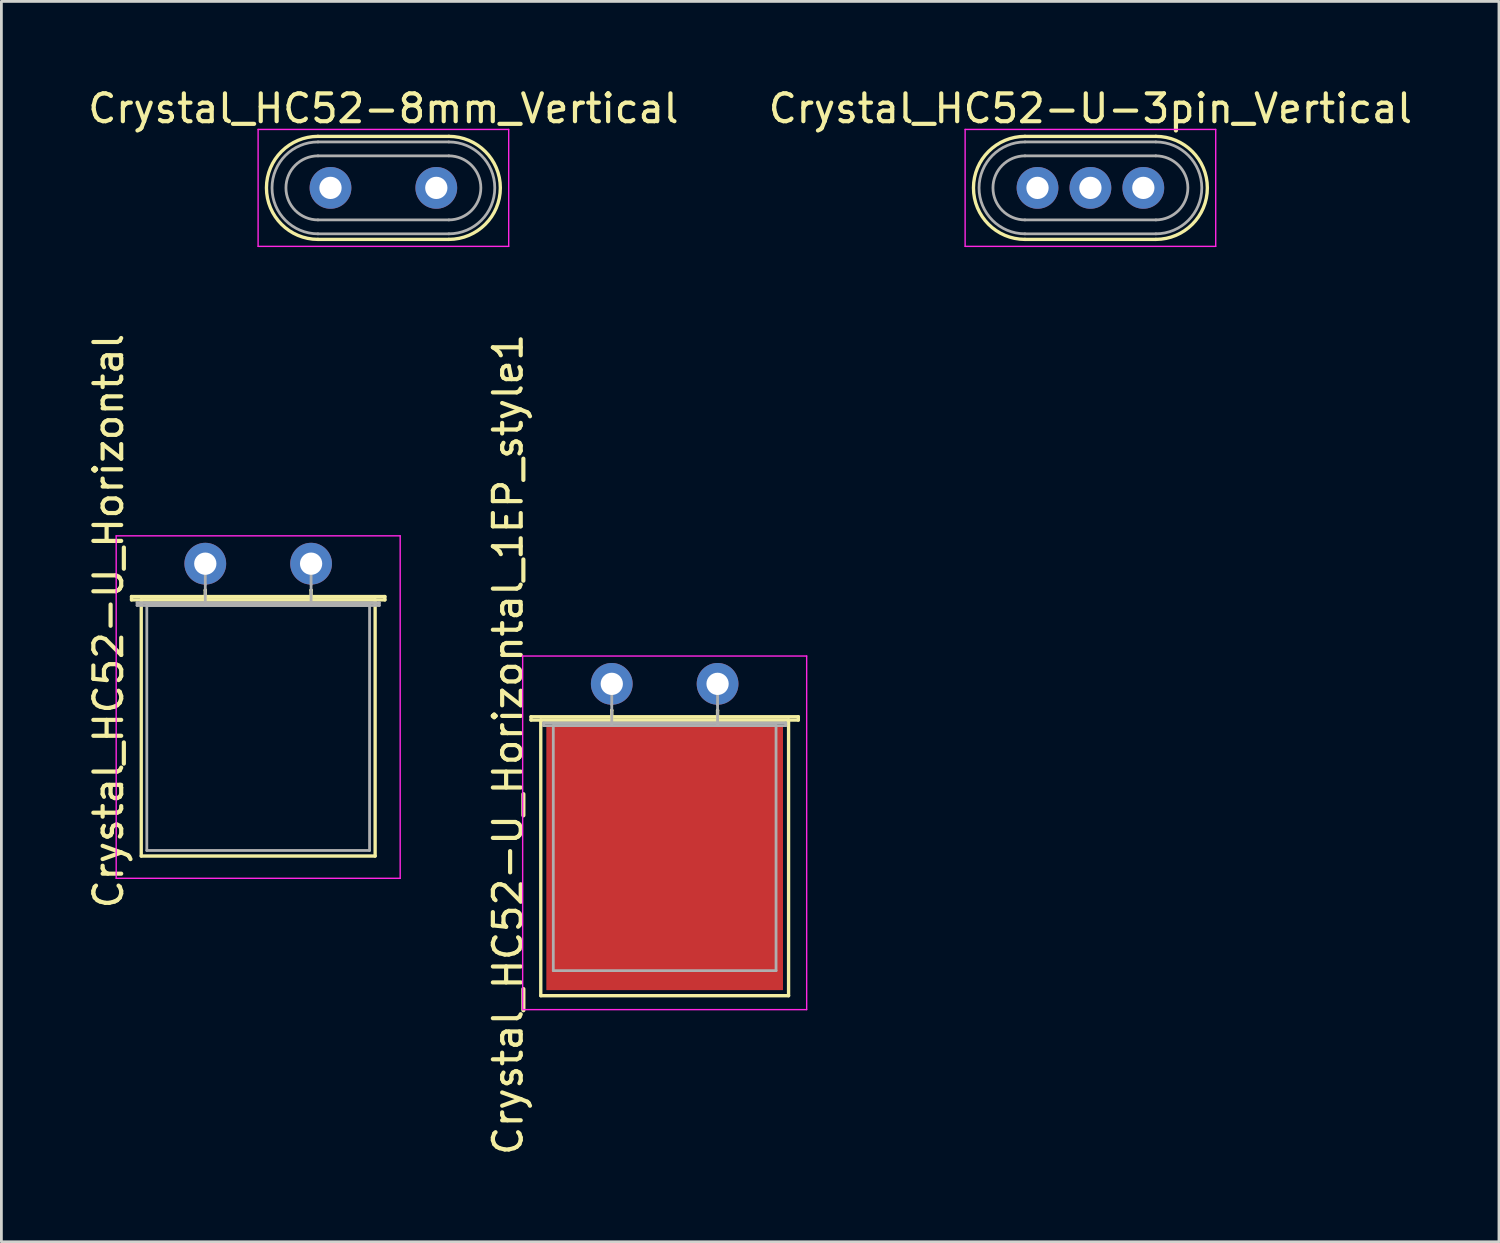
<source format=kicad_pcb>
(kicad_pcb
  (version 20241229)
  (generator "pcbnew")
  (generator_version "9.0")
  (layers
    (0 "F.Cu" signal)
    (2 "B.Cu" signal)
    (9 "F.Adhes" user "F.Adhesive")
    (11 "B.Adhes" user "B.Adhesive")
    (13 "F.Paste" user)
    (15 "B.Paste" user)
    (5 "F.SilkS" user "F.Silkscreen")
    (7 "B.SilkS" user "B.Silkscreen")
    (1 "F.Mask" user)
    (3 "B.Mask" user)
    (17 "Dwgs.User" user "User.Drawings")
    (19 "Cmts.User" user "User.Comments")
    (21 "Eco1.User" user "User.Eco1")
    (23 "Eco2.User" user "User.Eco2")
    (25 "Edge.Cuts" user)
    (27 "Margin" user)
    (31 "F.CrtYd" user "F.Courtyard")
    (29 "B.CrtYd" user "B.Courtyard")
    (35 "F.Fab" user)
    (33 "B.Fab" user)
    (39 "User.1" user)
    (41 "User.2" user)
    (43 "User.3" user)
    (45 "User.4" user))
  (footprint "Crystal_HC52-U_Horizontal_1EP_style1"
    (layer "F.Cu")
    (at 18.922 21.511)
    (property "Reference" "Crystal_HC52-U_Horizontal_1EP_style1" (at -3.725 2.175 90) (layer "F.SilkS") (effects (font (size 1 1) (thickness 0.15))))
    (attr through_hole)
    (fp_line (start -2.9 1.18) (end 6.7 1.18) (stroke (width 0.12) (type solid)) (layer "F.SilkS"))
    (fp_line (start -2.9 1.3) (end -2.9 1.18) (stroke (width 0.12) (type solid)) (layer "F.SilkS"))
    (fp_line (start -2.55 1.3) (end -2.55 11.2) (stroke (width 0.12) (type solid)) (layer "F.SilkS"))
    (fp_line (start -2.55 11.2) (end 6.35 11.2) (stroke (width 0.12) (type solid)) (layer "F.SilkS"))
    (fp_line (start 0 0.95) (end 0 0.95) (stroke (width 0.12) (type solid)) (layer "F.SilkS"))
    (fp_line (start 0 1.3) (end 0 0.95) (stroke (width 0.12) (type solid)) (layer "F.SilkS"))
    (fp_line (start 3.8 0.95) (end 3.8 0.95) (stroke (width 0.12) (type solid)) (layer "F.SilkS"))
    (fp_line (start 3.8 1.3) (end 3.8 0.95) (stroke (width 0.12) (type solid)) (layer "F.SilkS"))
    (fp_line (start 6.35 1.3) (end -2.55 1.3) (stroke (width 0.12) (type solid)) (layer "F.SilkS"))
    (fp_line (start 6.35 11.2) (end 6.35 1.3) (stroke (width 0.12) (type solid)) (layer "F.SilkS"))
    (fp_line (start 6.7 1.18) (end 6.7 1.3) (stroke (width 0.12) (type solid)) (layer "F.SilkS"))
    (fp_line (start 6.7 1.3) (end -2.9 1.3) (stroke (width 0.12) (type solid)) (layer "F.SilkS"))
    (fp_line (start -3.2 -1) (end -3.2 11.7) (stroke (width 0.05) (type solid)) (layer "F.CrtYd"))
    (fp_line (start -3.2 11.7) (end 7 11.7) (stroke (width 0.05) (type solid)) (layer "F.CrtYd"))
    (fp_line (start 7 -1) (end -3.2 -1) (stroke (width 0.05) (type solid)) (layer "F.CrtYd"))
    (fp_line (start 7 11.7) (end 7 -1) (stroke (width 0.05) (type solid)) (layer "F.CrtYd"))
    (fp_line (start -2.45 1.4) (end 6.25 1.4) (stroke (width 0.1) (type solid)) (layer "F.Fab"))
    (fp_line (start -2.45 1.5) (end -2.45 1.4) (stroke (width 0.1) (type solid)) (layer "F.Fab"))
    (fp_line (start -2.1 1.5) (end -2.1 10.3) (stroke (width 0.1) (type solid)) (layer "F.Fab"))
    (fp_line (start -2.1 10.3) (end 5.9 10.3) (stroke (width 0.1) (type solid)) (layer "F.Fab"))
    (fp_line (start 0 0.75) (end 0 0) (stroke (width 0.1) (type solid)) (layer "F.Fab"))
    (fp_line (start 0 1.5) (end 0 0.75) (stroke (width 0.1) (type solid)) (layer "F.Fab"))
    (fp_line (start 3.8 0.75) (end 3.8 0) (stroke (width 0.1) (type solid)) (layer "F.Fab"))
    (fp_line (start 3.8 1.5) (end 3.8 0.75) (stroke (width 0.1) (type solid)) (layer "F.Fab"))
    (fp_line (start 5.9 1.5) (end -2.1 1.5) (stroke (width 0.1) (type solid)) (layer "F.Fab"))
    (fp_line (start 5.9 10.3) (end 5.9 1.5) (stroke (width 0.1) (type solid)) (layer "F.Fab"))
    (fp_line (start 6.25 1.4) (end 6.25 1.5) (stroke (width 0.1) (type solid)) (layer "F.Fab"))
    (fp_line (start 6.25 1.5) (end -2.45 1.5) (stroke (width 0.1) (type solid)) (layer "F.Fab"))
    (pad "1" thru_hole circle (at 0 0) (size 1.5 1.5) (drill 0.8) (layers "*.Cu" "*.Mask"))
    (pad "2" thru_hole circle (at 3.8 0) (size 1.5 1.5) (drill 0.8) (layers "*.Cu" "*.Mask"))
    (pad "3" smd rect (at 1.9 6.25) (size 8.5 9.5) (layers "F.Cu" "F.Mask")))
  (footprint "Crystal_HC52-U-3pin_Vertical"
    (layer "F.Cu")
    (at 34.213 3.698)
    (property "Reference" "Crystal_HC52-U-3pin_Vertical" (at 1.9 -2.85 0) (layer "F.SilkS") (effects (font (size 1 1) (thickness 0.15))))
    (attr through_hole)
    (fp_line (start -0.45 -1.85) (end 4.25 -1.85) (stroke (width 0.12) (type solid)) (layer "F.SilkS"))
    (fp_line (start -0.45 1.85) (end 4.25 1.85) (stroke (width 0.12) (type solid)) (layer "F.SilkS"))
    (fp_arc (start -0.45 1.85) (mid -2.3 0) (end -0.45 -1.85) (stroke (width 0.12) (type solid)) (layer "F.SilkS"))
    (fp_arc (start 4.25 -1.85) (mid 6.1 0) (end 4.25 1.85) (stroke (width 0.12) (type solid)) (layer "F.SilkS"))
    (fp_line (start -2.6 -2.1) (end -2.6 2.1) (stroke (width 0.05) (type solid)) (layer "F.CrtYd"))
    (fp_line (start -2.6 2.1) (end 6.4 2.1) (stroke (width 0.05) (type solid)) (layer "F.CrtYd"))
    (fp_line (start 6.4 -2.1) (end -2.6 -2.1) (stroke (width 0.05) (type solid)) (layer "F.CrtYd"))
    (fp_line (start 6.4 2.1) (end 6.4 -2.1) (stroke (width 0.05) (type solid)) (layer "F.CrtYd"))
    (fp_line (start -0.45 -1.65) (end 4.25 -1.65) (stroke (width 0.1) (type solid)) (layer "F.Fab"))
    (fp_line (start -0.45 -1.15) (end 4.25 -1.15) (stroke (width 0.1) (type solid)) (layer "F.Fab"))
    (fp_line (start -0.45 1.15) (end 4.25 1.15) (stroke (width 0.1) (type solid)) (layer "F.Fab"))
    (fp_line (start -0.45 1.65) (end 4.25 1.65) (stroke (width 0.1) (type solid)) (layer "F.Fab"))
    (fp_arc (start -0.45 1.15) (mid -1.6 0) (end -0.45 -1.15) (stroke (width 0.1) (type solid)) (layer "F.Fab"))
    (fp_arc (start -0.45 1.65) (mid -2.1 0) (end -0.45 -1.65) (stroke (width 0.1) (type solid)) (layer "F.Fab"))
    (fp_arc (start 4.25 -1.65) (mid 5.9 0) (end 4.25 1.65) (stroke (width 0.1) (type solid)) (layer "F.Fab"))
    (fp_arc (start 4.25 -1.15) (mid 5.4 0) (end 4.25 1.15) (stroke (width 0.1) (type solid)) (layer "F.Fab"))
    (pad "1" thru_hole circle (at 0 0) (size 1.5 1.5) (drill 0.8) (layers "*.Cu" "*.Mask"))
    (pad "2" thru_hole circle (at 1.9 0) (size 1.5 1.5) (drill 0.8) (layers "*.Cu" "*.Mask"))
    (pad "3" thru_hole circle (at 3.8 0) (size 1.5 1.5) (drill 0.8) (layers "*.Cu" "*.Mask")))
  (footprint "Crystal_HC52-U_Horizontal"
    (layer "F.Cu")
    (at 4.323 17.195)
    (property "Reference" "Crystal_HC52-U_Horizontal" (at -3.475 2.062 90) (layer "F.SilkS") (effects (font (size 1 1) (thickness 0.15))))
    (attr through_hole)
    (fp_line (start -2.65 1.18) (end 6.45 1.18) (stroke (width 0.12) (type solid)) (layer "F.SilkS"))
    (fp_line (start -2.65 1.3) (end -2.65 1.18) (stroke (width 0.12) (type solid)) (layer "F.SilkS"))
    (fp_line (start -2.3 1.3) (end -2.3 10.5) (stroke (width 0.12) (type solid)) (layer "F.SilkS"))
    (fp_line (start -2.3 10.5) (end 6.1 10.5) (stroke (width 0.12) (type solid)) (layer "F.SilkS"))
    (fp_line (start 0 0.95) (end 0 0.95) (stroke (width 0.12) (type solid)) (layer "F.SilkS"))
    (fp_line (start 0 1.3) (end 0 0.95) (stroke (width 0.12) (type solid)) (layer "F.SilkS"))
    (fp_line (start 3.8 0.95) (end 3.8 0.95) (stroke (width 0.12) (type solid)) (layer "F.SilkS"))
    (fp_line (start 3.8 1.3) (end 3.8 0.95) (stroke (width 0.12) (type solid)) (layer "F.SilkS"))
    (fp_line (start 6.1 1.3) (end -2.3 1.3) (stroke (width 0.12) (type solid)) (layer "F.SilkS"))
    (fp_line (start 6.1 10.5) (end 6.1 1.3) (stroke (width 0.12) (type solid)) (layer "F.SilkS"))
    (fp_line (start 6.45 1.18) (end 6.45 1.3) (stroke (width 0.12) (type solid)) (layer "F.SilkS"))
    (fp_line (start 6.45 1.3) (end -2.65 1.3) (stroke (width 0.12) (type solid)) (layer "F.SilkS"))
    (fp_line (start -3.2 -1) (end -3.2 11.3) (stroke (width 0.05) (type solid)) (layer "F.CrtYd"))
    (fp_line (start -3.2 11.3) (end 7 11.3) (stroke (width 0.05) (type solid)) (layer "F.CrtYd"))
    (fp_line (start 7 -1) (end -3.2 -1) (stroke (width 0.05) (type solid)) (layer "F.CrtYd"))
    (fp_line (start 7 11.3) (end 7 -1) (stroke (width 0.05) (type solid)) (layer "F.CrtYd"))
    (fp_line (start -2.45 1.4) (end 6.25 1.4) (stroke (width 0.1) (type solid)) (layer "F.Fab"))
    (fp_line (start -2.45 1.5) (end -2.45 1.4) (stroke (width 0.1) (type solid)) (layer "F.Fab"))
    (fp_line (start -2.1 1.5) (end -2.1 10.3) (stroke (width 0.1) (type solid)) (layer "F.Fab"))
    (fp_line (start -2.1 10.3) (end 5.9 10.3) (stroke (width 0.1) (type solid)) (layer "F.Fab"))
    (fp_line (start 0 0.75) (end 0 0) (stroke (width 0.1) (type solid)) (layer "F.Fab"))
    (fp_line (start 0 1.5) (end 0 0.75) (stroke (width 0.1) (type solid)) (layer "F.Fab"))
    (fp_line (start 3.8 0.75) (end 3.8 0) (stroke (width 0.1) (type solid)) (layer "F.Fab"))
    (fp_line (start 3.8 1.5) (end 3.8 0.75) (stroke (width 0.1) (type solid)) (layer "F.Fab"))
    (fp_line (start 5.9 1.5) (end -2.1 1.5) (stroke (width 0.1) (type solid)) (layer "F.Fab"))
    (fp_line (start 5.9 10.3) (end 5.9 1.5) (stroke (width 0.1) (type solid)) (layer "F.Fab"))
    (fp_line (start 6.25 1.4) (end 6.25 1.5) (stroke (width 0.1) (type solid)) (layer "F.Fab"))
    (fp_line (start 6.25 1.5) (end -2.45 1.5) (stroke (width 0.1) (type solid)) (layer "F.Fab"))
    (pad "1" thru_hole circle (at 0 0) (size 1.5 1.5) (drill 0.8) (layers "*.Cu" "*.Mask"))
    (pad "2" thru_hole circle (at 3.8 0) (size 1.5 1.5) (drill 0.8) (layers "*.Cu" "*.Mask")))
  (footprint "Crystal_HC52-8mm_Vertical"
    (layer "F.Cu")
    (at 8.82 3.698)
    (property "Reference" "Crystal_HC52-8mm_Vertical" (at 1.9 -2.85 0) (layer "F.SilkS") (effects (font (size 1 1) (thickness 0.15))))
    (attr through_hole)
    (fp_line (start -0.45 -1.85) (end 4.25 -1.85) (stroke (width 0.12) (type solid)) (layer "F.SilkS"))
    (fp_line (start -0.45 1.85) (end 4.25 1.85) (stroke (width 0.12) (type solid)) (layer "F.SilkS"))
    (fp_arc (start -0.45 1.85) (mid -2.3 0) (end -0.45 -1.85) (stroke (width 0.12) (type solid)) (layer "F.SilkS"))
    (fp_arc (start 4.25 -1.85) (mid 6.1 0) (end 4.25 1.85) (stroke (width 0.12) (type solid)) (layer "F.SilkS"))
    (fp_line (start -2.6 -2.1) (end -2.6 2.1) (stroke (width 0.05) (type solid)) (layer "F.CrtYd"))
    (fp_line (start -2.6 2.1) (end 6.4 2.1) (stroke (width 0.05) (type solid)) (layer "F.CrtYd"))
    (fp_line (start 6.4 -2.1) (end -2.6 -2.1) (stroke (width 0.05) (type solid)) (layer "F.CrtYd"))
    (fp_line (start 6.4 2.1) (end 6.4 -2.1) (stroke (width 0.05) (type solid)) (layer "F.CrtYd"))
    (fp_line (start -0.45 -1.65) (end 4.25 -1.65) (stroke (width 0.1) (type solid)) (layer "F.Fab"))
    (fp_line (start -0.45 -1.15) (end 4.25 -1.15) (stroke (width 0.1) (type solid)) (layer "F.Fab"))
    (fp_line (start -0.45 1.15) (end 4.25 1.15) (stroke (width 0.1) (type solid)) (layer "F.Fab"))
    (fp_line (start -0.45 1.65) (end 4.25 1.65) (stroke (width 0.1) (type solid)) (layer "F.Fab"))
    (fp_arc (start -0.45 1.15) (mid -1.6 0) (end -0.45 -1.15) (stroke (width 0.1) (type solid)) (layer "F.Fab"))
    (fp_arc (start -0.45 1.65) (mid -2.1 0) (end -0.45 -1.65) (stroke (width 0.1) (type solid)) (layer "F.Fab"))
    (fp_arc (start 4.25 -1.65) (mid 5.9 0) (end 4.25 1.65) (stroke (width 0.1) (type solid)) (layer "F.Fab"))
    (fp_arc (start 4.25 -1.15) (mid 5.4 0) (end 4.25 1.15) (stroke (width 0.1) (type solid)) (layer "F.Fab"))
    (pad "1" thru_hole circle (at 0 0) (size 1.5 1.5) (drill 0.8) (layers "*.Cu" "*.Mask"))
    (pad "2" thru_hole circle (at 3.8 0) (size 1.5 1.5) (drill 0.8) (layers "*.Cu" "*.Mask")))
  (gr_rect
    (start -3 -3)
    (end 50.786 41.549)
    (stroke (width 0.1) (type default))
    (fill no)
    (layer "Edge.Cuts")))
</source>
